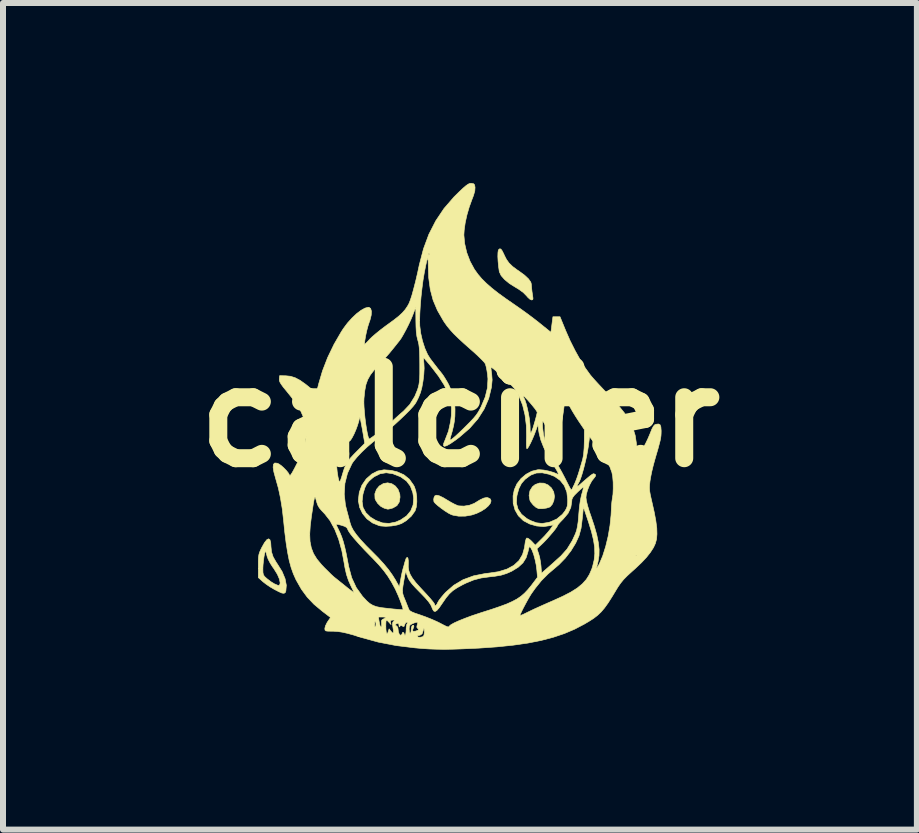
<source format=kicad_pcb>
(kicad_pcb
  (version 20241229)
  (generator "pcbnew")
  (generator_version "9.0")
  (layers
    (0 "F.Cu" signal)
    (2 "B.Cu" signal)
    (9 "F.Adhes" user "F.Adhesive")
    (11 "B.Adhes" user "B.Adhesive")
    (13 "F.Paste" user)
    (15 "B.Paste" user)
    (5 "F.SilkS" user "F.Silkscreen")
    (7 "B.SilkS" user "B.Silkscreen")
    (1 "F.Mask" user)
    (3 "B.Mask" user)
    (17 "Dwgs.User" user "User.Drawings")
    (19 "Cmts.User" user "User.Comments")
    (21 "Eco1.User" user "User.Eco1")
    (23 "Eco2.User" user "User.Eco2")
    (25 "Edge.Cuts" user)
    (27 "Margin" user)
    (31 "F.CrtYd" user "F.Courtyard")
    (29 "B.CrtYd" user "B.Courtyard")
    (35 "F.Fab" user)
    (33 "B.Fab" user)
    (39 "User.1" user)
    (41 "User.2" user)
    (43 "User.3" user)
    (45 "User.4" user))
  (footprint "calcifer"
    (layer "F.Cu")
    (at 4.616 3.897)
    (property "Reference" "calcifer" (at 0 0 0) (layer "F.SilkS") (effects (font (size 1.524 1.524) (thickness 0.3))))
    (attr through_hole)
    (fp_poly (pts (xy 1.4 1.106) (xy 1.468 1.135) (xy 1.524 1.185) (xy 1.562 1.251) (xy 1.575 1.326) (xy 1.565 1.394) (xy 1.54 1.455) (xy 1.505 1.497) (xy 1.494 1.504) (xy 1.445 1.52) (xy 1.381 1.53) (xy 1.323 1.531) (xy 1.309 1.529) (xy 1.267 1.509) (xy 1.221 1.469) (xy 1.182 1.421) (xy 1.166 1.392) (xy 1.152 1.311) (xy 1.166 1.232) (xy 1.208 1.165) (xy 1.254 1.128) (xy 1.326 1.103) (xy 1.4 1.106)) (stroke (width 0.01) (type solid)) (fill yes) (layer "F.SilkS"))
    (fp_poly (pts (xy -1.136 1.115) (xy -1.076 1.154) (xy -1.03 1.213) (xy -1.003 1.29) (xy -0.999 1.338) (xy -1.012 1.42) (xy -1.051 1.48) (xy -1.116 1.518) (xy -1.131 1.523) (xy -1.173 1.534) (xy -1.2 1.539) (xy -1.202 1.539) (xy -1.223 1.534) (xy -1.261 1.523) (xy -1.264 1.522) (xy -1.319 1.493) (xy -1.371 1.443) (xy -1.408 1.384) (xy -1.416 1.362) (xy -1.419 1.283) (xy -1.391 1.208) (xy -1.345 1.153) (xy -1.277 1.112) (xy -1.205 1.1) (xy -1.136 1.115)) (stroke (width 0.01) (type solid)) (fill yes) (layer "F.SilkS"))
    (fp_poly (pts (xy -0.345 1.316) (xy -0.28 1.347) (xy -0.212 1.388) (xy -0.146 1.427) (xy -0.083 1.46) (xy -0.035 1.48) (xy -0.021 1.484) (xy 0.067 1.488) (xy 0.159 1.473) (xy 0.239 1.442) (xy 0.253 1.433) (xy 0.335 1.383) (xy 0.397 1.354) (xy 0.443 1.345) (xy 0.464 1.347) (xy 0.505 1.368) (xy 0.518 1.4) (xy 0.507 1.439) (xy 0.474 1.483) (xy 0.423 1.528) (xy 0.356 1.571) (xy 0.278 1.609) (xy 0.197 1.636) (xy 0.089 1.655) (xy -0.02 1.656) (xy -0.116 1.639) (xy -0.146 1.629) (xy -0.193 1.605) (xy -0.251 1.568) (xy -0.312 1.525) (xy -0.368 1.481) (xy -0.411 1.443) (xy -0.434 1.415) (xy -0.434 1.413) (xy -0.438 1.378) (xy -0.433 1.346) (xy -0.418 1.316) (xy -0.389 1.306) (xy -0.345 1.316)) (stroke (width 0.01) (type solid)) (fill yes) (layer "F.SilkS"))
    (fp_poly (pts (xy 0.682 -2.796) (xy 0.704 -2.766) (xy 0.733 -2.708) (xy 0.738 -2.695) (xy 0.775 -2.623) (xy 0.818 -2.563) (xy 0.875 -2.507) (xy 0.953 -2.449) (xy 0.986 -2.427) (xy 1.077 -2.36) (xy 1.142 -2.299) (xy 1.18 -2.245) (xy 1.188 -2.217) (xy 1.192 -2.175) (xy 1.195 -2.138) (xy 1.2 -2.091) (xy 1.209 -2.032) (xy 1.211 -2.019) (xy 1.217 -1.974) (xy 1.213 -1.953) (xy 1.196 -1.948) (xy 1.192 -1.948) (xy 1.164 -1.961) (xy 1.128 -1.994) (xy 1.109 -2.017) (xy 1.054 -2.073) (xy 0.971 -2.132) (xy 0.932 -2.155) (xy 0.827 -2.22) (xy 0.744 -2.288) (xy 0.686 -2.354) (xy 0.657 -2.416) (xy 0.655 -2.423) (xy 0.643 -2.509) (xy 0.635 -2.595) (xy 0.631 -2.674) (xy 0.633 -2.737) (xy 0.639 -2.777) (xy 0.643 -2.785) (xy 0.663 -2.801) (xy 0.682 -2.796)) (stroke (width 0.01) (type solid)) (fill yes) (layer "F.SilkS"))
    (fp_poly (pts (xy -3.167 2.049) (xy -3.154 2.098) (xy -3.15 2.164) (xy -3.141 2.251) (xy -3.114 2.334) (xy -3.064 2.422) (xy -3.041 2.456) (xy -2.964 2.58) (xy -2.915 2.698) (xy -2.894 2.807) (xy -2.902 2.903) (xy -2.913 2.93) (xy -2.933 2.941) (xy -2.967 2.937) (xy -3.018 2.915) (xy -3.092 2.877) (xy -3.162 2.836) (xy -3.231 2.789) (xy -3.285 2.747) (xy -3.286 2.746) (xy -3.361 2.679) (xy -3.361 2.533) (xy -3.285 2.533) (xy -3.284 2.592) (xy -3.277 2.63) (xy -3.259 2.659) (xy -3.224 2.691) (xy -3.216 2.698) (xy -3.154 2.746) (xy -3.092 2.784) (xy -3.04 2.806) (xy -3.018 2.811) (xy -3.003 2.796) (xy -2.997 2.768) (xy -3.009 2.704) (xy -3.043 2.625) (xy -3.103 2.528) (xy -3.123 2.501) (xy -3.163 2.438) (xy -3.196 2.375) (xy -3.215 2.324) (xy -3.215 2.322) (xy -3.227 2.276) (xy -3.236 2.246) (xy -3.239 2.242) (xy -3.247 2.25) (xy -3.257 2.285) (xy -3.267 2.337) (xy -3.275 2.4) (xy -3.282 2.465) (xy -3.285 2.524) (xy -3.285 2.533) (xy -3.361 2.533) (xy -3.361 2.486) (xy -3.361 2.402) (xy -3.358 2.341) (xy -3.351 2.295) (xy -3.339 2.255) (xy -3.319 2.21) (xy -3.302 2.176) (xy -3.257 2.096) (xy -3.219 2.048) (xy -3.189 2.033) (xy -3.167 2.049)) (stroke (width 0.01) (type solid)) (fill yes) (layer "F.SilkS"))
    (fp_poly (pts (xy -1.148 0.892) (xy -1.048 0.916) (xy -0.936 0.965) (xy -0.845 1.038) (xy -0.774 1.138) (xy -0.759 1.166) (xy -0.735 1.239) (xy -0.721 1.327) (xy -0.719 1.419) (xy -0.728 1.504) (xy -0.749 1.569) (xy -0.75 1.57) (xy -0.811 1.655) (xy -0.895 1.73) (xy -0.974 1.778) (xy -1.048 1.803) (xy -1.14 1.819) (xy -1.236 1.825) (xy -1.321 1.819) (xy -1.346 1.814) (xy -1.457 1.769) (xy -1.551 1.7) (xy -1.624 1.611) (xy -1.673 1.508) (xy -1.691 1.41) (xy -1.631 1.41) (xy -1.616 1.51) (xy -1.569 1.597) (xy -1.492 1.672) (xy -1.401 1.727) (xy -1.291 1.768) (xy -1.182 1.776) (xy -1.069 1.753) (xy -0.988 1.718) (xy -0.89 1.651) (xy -0.821 1.568) (xy -0.781 1.468) (xy -0.772 1.356) (xy -0.786 1.264) (xy -0.826 1.156) (xy -0.891 1.07) (xy -0.984 1.003) (xy -1 0.995) (xy -1.12 0.948) (xy -1.23 0.932) (xy -1.332 0.949) (xy -1.428 0.997) (xy -1.455 1.017) (xy -1.514 1.069) (xy -1.556 1.121) (xy -1.586 1.184) (xy -1.611 1.267) (xy -1.618 1.294) (xy -1.631 1.41) (xy -1.691 1.41) (xy -1.693 1.396) (xy -1.693 1.382) (xy -1.678 1.257) (xy -1.634 1.139) (xy -1.565 1.039) (xy -1.56 1.033) (xy -1.469 0.953) (xy -1.372 0.903) (xy -1.267 0.883) (xy -1.148 0.892)) (stroke (width 0.01) (type solid)) (fill yes) (layer "F.SilkS"))
    (fp_poly (pts (xy 0.193 -3.891) (xy 0.228 -3.884) (xy 0.244 -3.865) (xy 0.251 -3.823) (xy 0.251 -3.821) (xy 0.247 -3.764) (xy 0.225 -3.688) (xy 0.197 -3.615) (xy 0.154 -3.496) (xy 0.116 -3.365) (xy 0.087 -3.233) (xy 0.07 -3.111) (xy 0.065 -3.031) (xy 0.078 -2.888) (xy 0.113 -2.737) (xy 0.169 -2.59) (xy 0.24 -2.459) (xy 0.245 -2.452) (xy 0.302 -2.373) (xy 0.366 -2.298) (xy 0.441 -2.224) (xy 0.53 -2.146) (xy 0.638 -2.061) (xy 0.768 -1.967) (xy 0.914 -1.866) (xy 1.012 -1.798) (xy 1.119 -1.721) (xy 1.223 -1.643) (xy 1.313 -1.573) (xy 1.329 -1.56) (xy 1.516 -1.409) (xy 1.532 -1.538) (xy 1.549 -1.668) (xy 1.667 -1.668) (xy 1.763 -1.434) (xy 1.836 -1.268) (xy 1.918 -1.105) (xy 2.003 -0.952) (xy 2.088 -0.815) (xy 2.17 -0.701) (xy 2.194 -0.672) (xy 2.243 -0.616) (xy 2.309 -0.544) (xy 2.384 -0.464) (xy 2.462 -0.382) (xy 2.496 -0.347) (xy 2.631 -0.201) (xy 2.739 -0.067) (xy 2.822 0.06) (xy 2.881 0.184) (xy 2.92 0.309) (xy 2.94 0.439) (xy 2.943 0.479) (xy 2.948 0.556) (xy 2.956 0.61) (xy 2.964 0.637) (xy 2.968 0.639) (xy 2.989 0.62) (xy 3.019 0.576) (xy 3.056 0.514) (xy 3.095 0.442) (xy 3.132 0.365) (xy 3.164 0.29) (xy 3.17 0.275) (xy 3.199 0.203) (xy 3.223 0.158) (xy 3.245 0.133) (xy 3.263 0.125) (xy 3.307 0.119) (xy 3.334 0.131) (xy 3.348 0.167) (xy 3.353 0.231) (xy 3.353 0.241) (xy 3.352 0.28) (xy 3.35 0.315) (xy 3.345 0.353) (xy 3.336 0.398) (xy 3.321 0.455) (xy 3.301 0.531) (xy 3.272 0.629) (xy 3.245 0.723) (xy 3.219 0.819) (xy 3.195 0.919) (xy 3.177 1.01) (xy 3.167 1.071) (xy 3.16 1.134) (xy 3.158 1.185) (xy 3.161 1.235) (xy 3.171 1.294) (xy 3.188 1.371) (xy 3.198 1.414) (xy 3.237 1.587) (xy 3.264 1.732) (xy 3.28 1.853) (xy 3.283 1.954) (xy 3.276 2.039) (xy 3.256 2.112) (xy 3.226 2.177) (xy 3.225 2.179) (xy 3.172 2.261) (xy 3.107 2.343) (xy 3.025 2.43) (xy 2.922 2.528) (xy 2.87 2.574) (xy 2.789 2.648) (xy 2.727 2.711) (xy 2.678 2.771) (xy 2.632 2.838) (xy 2.61 2.874) (xy 2.533 3.001) (xy 2.468 3.103) (xy 2.409 3.185) (xy 2.352 3.252) (xy 2.293 3.308) (xy 2.227 3.359) (xy 2.149 3.409) (xy 2.071 3.455) (xy 1.911 3.539) (xy 1.739 3.612) (xy 1.554 3.674) (xy 1.352 3.727) (xy 1.13 3.771) (xy 0.885 3.806) (xy 0.614 3.834) (xy 0.313 3.855) (xy 0.203 3.86) (xy 0.023 3.868) (xy -0.13 3.873) (xy -0.265 3.875) (xy -0.388 3.873) (xy -0.508 3.869) (xy -0.63 3.861) (xy -0.754 3.85) (xy -1.065 3.812) (xy -1.364 3.754) (xy -1.641 3.678) (xy -1.648 3.676) (xy -1.707 3.658) (xy -0.711 3.658) (xy -0.697 3.671) (xy -0.663 3.674) (xy -0.622 3.665) (xy -0.619 3.664) (xy -0.6 3.641) (xy -0.593 3.589) (xy -0.593 3.585) (xy -0.595 3.541) (xy -0.601 3.526) (xy -0.609 3.542) (xy -0.614 3.565) (xy -0.632 3.617) (xy -0.665 3.639) (xy -0.678 3.641) (xy -0.705 3.648) (xy -0.711 3.658) (xy -1.707 3.658) (xy -1.775 3.636) (xy -1.877 3.608) (xy -1.962 3.589) (xy -2.037 3.578) (xy -2.109 3.573) (xy -2.143 3.573) (xy -2.202 3.572) (xy -2.234 3.568) (xy -2.248 3.557) (xy -2.252 3.537) (xy -2.252 3.526) (xy -2.242 3.484) (xy -2.225 3.45) (xy -1.422 3.45) (xy -1.42 3.492) (xy -1.413 3.503) (xy -1.403 3.482) (xy -1.401 3.473) (xy -1.401 3.435) (xy -1.407 3.418) (xy -1.418 3.413) (xy -1.422 3.44) (xy -1.422 3.45) (xy -2.225 3.45) (xy -2.217 3.433) (xy -2.204 3.412) (xy -2.157 3.344) (xy -2.168 3.336) (xy -1.359 3.336) (xy -1.348 3.406) (xy -1.339 3.453) (xy -1.33 3.486) (xy -1.328 3.491) (xy -1.312 3.505) (xy -1.306 3.49) (xy -1.236 3.49) (xy -1.234 3.542) (xy -1.229 3.584) (xy -1.225 3.6) (xy -1.215 3.616) (xy -1.205 3.605) (xy -1.197 3.582) (xy -1.181 3.534) (xy -1.15 3.574) (xy -1.124 3.602) (xy -1.11 3.6) (xy -1.108 3.566) (xy -1.117 3.512) (xy -1.123 3.468) (xy -1.082 3.468) (xy -1.066 3.479) (xy -1.062 3.481) (xy -1.038 3.505) (xy -1.033 3.528) (xy -1.026 3.586) (xy -1.01 3.626) (xy -0.989 3.641) (xy -0.968 3.627) (xy -0.965 3.615) (xy -0.956 3.593) (xy -0.948 3.59) (xy -0.933 3.604) (xy -0.931 3.615) (xy -0.922 3.638) (xy -0.914 3.641) (xy -0.905 3.625) (xy -0.899 3.586) (xy -0.897 3.551) (xy -0.897 3.538) (xy -0.847 3.538) (xy -0.843 3.581) (xy -0.834 3.605) (xy -0.83 3.607) (xy -0.818 3.592) (xy -0.813 3.555) (xy -0.813 3.549) (xy -0.808 3.506) (xy -0.796 3.48) (xy -0.795 3.479) (xy -0.772 3.474) (xy -0.768 3.493) (xy -0.778 3.521) (xy -0.791 3.559) (xy -0.777 3.576) (xy -0.738 3.571) (xy -0.727 3.567) (xy -0.695 3.553) (xy -0.69 3.54) (xy -0.702 3.529) (xy -0.72 3.506) (xy -0.714 3.472) (xy -0.712 3.465) (xy -0.704 3.434) (xy -0.713 3.422) (xy -0.743 3.428) (xy -0.788 3.445) (xy -0.826 3.465) (xy -0.843 3.489) (xy -0.847 3.533) (xy -0.847 3.538) (xy -0.897 3.538) (xy -0.894 3.496) (xy -0.885 3.454) (xy -0.877 3.441) (xy -0.867 3.424) (xy -0.884 3.421) (xy -0.907 3.435) (xy -0.922 3.464) (xy -0.933 3.494) (xy -0.948 3.494) (xy -0.959 3.487) (xy -0.983 3.474) (xy -1 3.489) (xy -1 3.489) (xy -1.012 3.501) (xy -1.016 3.482) (xy -1.016 3.476) (xy -1.022 3.444) (xy -1.042 3.441) (xy -1.066 3.454) (xy -1.082 3.468) (xy -1.123 3.468) (xy -1.125 3.46) (xy -1.122 3.429) (xy -1.108 3.41) (xy -1.105 3.408) (xy -1.089 3.393) (xy -1.101 3.387) (xy -1.121 3.387) (xy -1.153 3.392) (xy -1.159 3.412) (xy -1.157 3.425) (xy -1.149 3.463) (xy -1.183 3.425) (xy -1.209 3.398) (xy -1.226 3.387) (xy -1.232 3.402) (xy -1.235 3.44) (xy -1.236 3.49) (xy -1.306 3.49) (xy -1.305 3.489) (xy -1.307 3.444) (xy -1.309 3.401) (xy -1.296 3.379) (xy -1.275 3.369) (xy -1.242 3.352) (xy -1.243 3.341) (xy -1.276 3.336) (xy -1.298 3.336) (xy -1.359 3.336) (xy -2.168 3.336) (xy -2.294 3.24) (xy -2.433 3.124) (xy -2.546 3.005) (xy -2.643 2.873) (xy -2.731 2.718) (xy -2.735 2.71) (xy -2.777 2.616) (xy -2.814 2.512) (xy -2.846 2.394) (xy -2.873 2.258) (xy -2.898 2.1) (xy -2.916 1.954) (xy -2.504 1.954) (xy -2.499 2.076) (xy -2.478 2.183) (xy -2.441 2.279) (xy -2.385 2.37) (xy -2.309 2.462) (xy -2.259 2.515) (xy -2.201 2.572) (xy -2.15 2.623) (xy -2.11 2.66) (xy -2.091 2.676) (xy -2.062 2.699) (xy -2.016 2.736) (xy -1.962 2.779) (xy -1.953 2.786) (xy -1.869 2.854) (xy -1.809 2.9) (xy -1.775 2.925) (xy -1.767 2.929) (xy -1.772 2.916) (xy -1.788 2.879) (xy -1.813 2.828) (xy -1.814 2.826) (xy -1.859 2.725) (xy -1.892 2.626) (xy -1.917 2.514) (xy -1.93 2.438) (xy -1.969 2.23) (xy -2.022 2.04) (xy -2.088 1.873) (xy -2.134 1.789) (xy -2.066 1.789) (xy -2.059 1.807) (xy -2.041 1.844) (xy -2.032 1.863) (xy -2 1.93) (xy -1.972 1.998) (xy -1.947 2.073) (xy -1.923 2.161) (xy -1.899 2.267) (xy -1.873 2.398) (xy -1.854 2.498) (xy -1.805 2.681) (xy -1.729 2.845) (xy -1.624 2.992) (xy -1.551 3.07) (xy -1.502 3.112) (xy -1.451 3.142) (xy -1.391 3.164) (xy -1.312 3.18) (xy -1.208 3.192) (xy -1.202 3.193) (xy -1.105 3.203) (xy -1.036 3.209) (xy -0.991 3.213) (xy -0.965 3.215) (xy -0.953 3.215) (xy -0.949 3.213) (xy -0.948 3.211) (xy -0.955 3.18) (xy -0.972 3.127) (xy -0.997 3.06) (xy -1.026 2.987) (xy -1.057 2.917) (xy -1.057 2.916) (xy -0.958 2.916) (xy -0.952 2.951) (xy -0.942 2.986) (xy -0.925 3.027) (xy -0.922 3.034) (xy -0.896 3.098) (xy -0.873 3.156) (xy -0.859 3.192) (xy -0.848 3.216) (xy -0.831 3.234) (xy -0.8 3.252) (xy -0.751 3.272) (xy -0.676 3.297) (xy -0.662 3.302) (xy -0.57 3.335) (xy -0.472 3.374) (xy -0.384 3.413) (xy -0.347 3.431) (xy -0.278 3.467) (xy -0.232 3.49) (xy -0.205 3.5) (xy -0.19 3.501) (xy -0.181 3.494) (xy -0.178 3.488) (xy -0.15 3.464) (xy -0.094 3.433) (xy -0.014 3.397) (xy 0.086 3.357) (xy 0.201 3.314) (xy 0.214 3.31) (xy 0.999 3.31) (xy 1.012 3.309) (xy 1.046 3.296) (xy 1.063 3.288) (xy 1.112 3.264) (xy 1.176 3.233) (xy 1.236 3.204) (xy 1.296 3.177) (xy 1.376 3.141) (xy 1.466 3.101) (xy 1.549 3.065) (xy 1.712 2.991) (xy 1.846 2.922) (xy 1.954 2.854) (xy 2.039 2.784) (xy 2.106 2.71) (xy 2.157 2.628) (xy 2.197 2.535) (xy 2.211 2.491) (xy 2.236 2.387) (xy 2.247 2.283) (xy 2.244 2.172) (xy 2.225 2.051) (xy 2.191 1.911) (xy 2.141 1.749) (xy 2.137 1.738) (xy 2.057 1.5) (xy 2.045 1.635) (xy 2.036 1.715) (xy 2.026 1.797) (xy 2.017 1.863) (xy 2.016 1.864) (xy 1.984 1.982) (xy 1.927 2.107) (xy 1.849 2.234) (xy 1.755 2.355) (xy 1.65 2.463) (xy 1.601 2.505) (xy 1.469 2.617) (xy 1.356 2.731) (xy 1.253 2.859) (xy 1.189 2.949) (xy 1.163 2.991) (xy 1.13 3.048) (xy 1.094 3.114) (xy 1.059 3.18) (xy 1.029 3.24) (xy 1.008 3.285) (xy 0.999 3.309) (xy 0.999 3.31) (xy 0.214 3.31) (xy 0.328 3.272) (xy 0.358 3.262) (xy 0.525 3.209) (xy 0.663 3.162) (xy 0.777 3.12) (xy 0.871 3.078) (xy 0.95 3.036) (xy 1.016 2.991) (xy 1.075 2.94) (xy 1.131 2.881) (xy 1.188 2.812) (xy 1.218 2.772) (xy 1.292 2.674) (xy 1.281 2.551) (xy 1.27 2.467) (xy 1.251 2.378) (xy 1.228 2.293) (xy 1.202 2.224) (xy 1.189 2.199) (xy 1.283 2.199) (xy 1.311 2.281) (xy 1.328 2.341) (xy 1.342 2.418) (xy 1.35 2.484) (xy 1.359 2.606) (xy 1.479 2.501) (xy 1.545 2.443) (xy 1.613 2.381) (xy 1.672 2.328) (xy 1.684 2.317) (xy 1.784 2.205) (xy 1.871 2.064) (xy 1.924 1.949) (xy 1.944 1.892) (xy 1.958 1.827) (xy 1.97 1.746) (xy 1.979 1.641) (xy 1.98 1.623) (xy 1.991 1.498) (xy 2.007 1.389) (xy 2.025 1.304) (xy 2.03 1.288) (xy 2.046 1.232) (xy 2.056 1.19) (xy 2.058 1.172) (xy 2.058 1.172) (xy 2.044 1.18) (xy 2.012 1.206) (xy 1.968 1.246) (xy 1.957 1.257) (xy 1.907 1.307) (xy 1.879 1.345) (xy 1.865 1.377) (xy 1.863 1.409) (xy 1.847 1.511) (xy 1.801 1.608) (xy 1.721 1.703) (xy 1.718 1.706) (xy 1.674 1.751) (xy 1.641 1.788) (xy 1.626 1.81) (xy 1.626 1.812) (xy 1.615 1.834) (xy 1.586 1.875) (xy 1.544 1.927) (xy 1.493 1.986) (xy 1.441 2.045) (xy 1.39 2.098) (xy 1.367 2.12) (xy 1.283 2.199) (xy 1.189 2.199) (xy 1.178 2.179) (xy 1.164 2.165) (xy 1.154 2.17) (xy 1.145 2.198) (xy 1.134 2.247) (xy 1.102 2.349) (xy 1.049 2.434) (xy 0.971 2.506) (xy 0.864 2.572) (xy 0.864 2.572) (xy 0.776 2.611) (xy 0.686 2.639) (xy 0.582 2.657) (xy 0.491 2.667) (xy 0.352 2.686) (xy 0.227 2.719) (xy 0.1 2.771) (xy 0.043 2.799) (xy -0.048 2.849) (xy -0.118 2.896) (xy -0.176 2.949) (xy -0.231 3.015) (xy -0.291 3.102) (xy -0.296 3.109) (xy -0.347 3.183) (xy -0.386 3.228) (xy -0.416 3.245) (xy -0.439 3.235) (xy -0.46 3.199) (xy -0.47 3.171) (xy -0.489 3.13) (xy -0.525 3.079) (xy -0.579 3.016) (xy -0.656 2.936) (xy -0.669 2.923) (xy -0.744 2.846) (xy -0.798 2.786) (xy -0.835 2.737) (xy -0.861 2.694) (xy -0.875 2.659) (xy -0.906 2.572) (xy -0.918 2.636) (xy -0.937 2.74) (xy -0.95 2.817) (xy -0.957 2.873) (xy -0.958 2.916) (xy -1.057 2.916) (xy -1.081 2.865) (xy -1.141 2.754) (xy -1.202 2.656) (xy -1.27 2.563) (xy -1.351 2.467) (xy -1.451 2.361) (xy -1.476 2.336) (xy -1.59 2.219) (xy -1.687 2.114) (xy -1.766 2.025) (xy -1.825 1.952) (xy -1.861 1.898) (xy -1.872 1.873) (xy -1.887 1.846) (xy -1.92 1.826) (xy -1.974 1.808) (xy -2.024 1.795) (xy -2.057 1.789) (xy -2.066 1.789) (xy -2.134 1.789) (xy -2.165 1.731) (xy -2.253 1.618) (xy -2.257 1.614) (xy -2.31 1.558) (xy -2.345 1.516) (xy -2.367 1.478) (xy -2.383 1.436) (xy -2.396 1.39) (xy -2.405 1.359) (xy -2.412 1.34) (xy -2.418 1.337) (xy -2.425 1.352) (xy -2.433 1.388) (xy -2.444 1.448) (xy -2.457 1.536) (xy -2.473 1.641) (xy -2.495 1.811) (xy -2.504 1.954) (xy -2.916 1.954) (xy -2.921 1.915) (xy -2.938 1.746) (xy -2.961 1.539) (xy -2.991 1.356) (xy -3.005 1.288) (xy -1.929 1.288) (xy -1.909 1.469) (xy -1.891 1.543) (xy -1.87 1.62) (xy -1.85 1.696) (xy -1.834 1.756) (xy -1.832 1.765) (xy -1.811 1.827) (xy -1.777 1.892) (xy -1.726 1.964) (xy -1.657 2.047) (xy -1.566 2.145) (xy -1.484 2.227) (xy -1.366 2.346) (xy -1.27 2.451) (xy -1.192 2.545) (xy -1.127 2.636) (xy -1.07 2.727) (xy -1.067 2.734) (xy -1.01 2.835) (xy -0.989 2.715) (xy -0.976 2.645) (xy -0.962 2.581) (xy -0.951 2.538) (xy -0.935 2.483) (xy -0.918 2.42) (xy -0.914 2.408) (xy -0.897 2.358) (xy -0.88 2.341) (xy -0.867 2.355) (xy -0.861 2.398) (xy -0.861 2.436) (xy -0.862 2.505) (xy -0.852 2.566) (xy -0.83 2.626) (xy -0.793 2.689) (xy -0.737 2.762) (xy -0.66 2.848) (xy -0.617 2.894) (xy -0.553 2.963) (xy -0.497 3.026) (xy -0.454 3.077) (xy -0.429 3.112) (xy -0.423 3.124) (xy -0.417 3.148) (xy -0.401 3.144) (xy -0.38 3.115) (xy -0.371 3.095) (xy -0.35 3.059) (xy -0.311 3.008) (xy -0.262 2.95) (xy -0.239 2.925) (xy -0.104 2.807) (xy 0.051 2.715) (xy 0.227 2.65) (xy 0.424 2.611) (xy 0.472 2.606) (xy 0.642 2.581) (xy 0.784 2.537) (xy 0.898 2.475) (xy 0.984 2.395) (xy 1.043 2.295) (xy 1.076 2.177) (xy 1.079 2.152) (xy 1.089 2.081) (xy 1.102 2.035) (xy 1.114 2.019) (xy 1.137 2.026) (xy 1.173 2.053) (xy 1.196 2.075) (xy 1.256 2.139) (xy 1.357 2.039) (xy 1.413 1.982) (xy 1.465 1.923) (xy 1.505 1.874) (xy 1.509 1.868) (xy 1.558 1.797) (xy 1.503 1.813) (xy 1.394 1.829) (xy 1.277 1.819) (xy 1.162 1.786) (xy 1.061 1.733) (xy 1.054 1.728) (xy 0.973 1.649) (xy 0.917 1.551) (xy 0.887 1.44) (xy 0.941 1.44) (xy 0.968 1.538) (xy 1.025 1.623) (xy 1.113 1.695) (xy 1.176 1.729) (xy 1.275 1.766) (xy 1.369 1.777) (xy 1.47 1.761) (xy 1.5 1.753) (xy 1.613 1.703) (xy 1.706 1.626) (xy 1.748 1.572) (xy 1.774 1.528) (xy 1.788 1.487) (xy 1.794 1.433) (xy 1.795 1.381) (xy 1.781 1.254) (xy 1.739 1.147) (xy 1.67 1.059) (xy 1.575 0.992) (xy 1.484 0.957) (xy 1.372 0.933) (xy 1.276 0.936) (xy 1.192 0.966) (xy 1.167 0.98) (xy 1.084 1.042) (xy 1.024 1.111) (xy 0.982 1.195) (xy 0.952 1.302) (xy 0.947 1.33) (xy 0.941 1.44) (xy 0.887 1.44) (xy 0.887 1.439) (xy 0.885 1.317) (xy 0.905 1.216) (xy 0.949 1.117) (xy 1.017 1.029) (xy 1.102 0.957) (xy 1.197 0.906) (xy 1.296 0.882) (xy 1.321 0.881) (xy 1.396 0.887) (xy 1.48 0.904) (xy 1.559 0.927) (xy 1.605 0.946) (xy 1.629 0.957) (xy 1.639 0.953) (xy 1.633 0.931) (xy 1.611 0.889) (xy 1.571 0.823) (xy 1.553 0.794) (xy 1.463 0.642) (xy 1.395 0.508) (xy 1.348 0.388) (xy 1.319 0.275) (xy 1.311 0.226) (xy 1.299 0.127) (xy 1.268 0.218) (xy 1.24 0.293) (xy 1.209 0.367) (xy 1.178 0.434) (xy 1.15 0.488) (xy 1.128 0.523) (xy 1.115 0.532) (xy 1.11 0.512) (xy 1.107 0.466) (xy 1.107 0.4) (xy 1.109 0.33) (xy 1.106 0.146) (xy 1.084 -0.031) (xy 1.044 -0.195) (xy 0.986 -0.341) (xy 0.982 -0.349) (xy 1.054 -0.349) (xy 1.056 -0.33) (xy 1.065 -0.316) (xy 1.083 -0.28) (xy 1.103 -0.219) (xy 1.123 -0.141) (xy 1.142 -0.053) (xy 1.157 0.034) (xy 1.166 0.115) (xy 1.169 0.167) (xy 1.17 0.229) (xy 1.175 0.263) (xy 1.183 0.268) (xy 1.196 0.243) (xy 1.216 0.188) (xy 1.241 0.105) (xy 1.374 0.105) (xy 1.376 0.155) (xy 1.378 0.187) (xy 1.393 0.302) (xy 1.422 0.413) (xy 1.468 0.526) (xy 1.534 0.65) (xy 1.599 0.754) (xy 1.646 0.831) (xy 1.699 0.925) (xy 1.748 1.018) (xy 1.766 1.054) (xy 1.8 1.121) (xy 1.828 1.175) (xy 1.848 1.21) (xy 1.856 1.219) (xy 1.867 1.205) (xy 1.886 1.168) (xy 1.888 1.164) (xy 1.951 1.164) (xy 1.958 1.164) (xy 1.984 1.142) (xy 2.067 1.069) (xy 2.128 1.017) (xy 2.171 0.981) (xy 2.201 0.96) (xy 2.219 0.95) (xy 2.228 0.948) (xy 2.256 0.959) (xy 2.26 0.985) (xy 2.237 1.018) (xy 2.236 1.019) (xy 2.196 1.069) (xy 2.158 1.14) (xy 2.126 1.22) (xy 2.105 1.296) (xy 2.1 1.344) (xy 2.107 1.4) (xy 2.127 1.482) (xy 2.158 1.584) (xy 2.177 1.637) (xy 2.236 1.813) (xy 2.279 1.964) (xy 2.306 2.095) (xy 2.319 2.21) (xy 2.317 2.313) (xy 2.302 2.409) (xy 2.296 2.434) (xy 2.284 2.483) (xy 2.278 2.515) (xy 2.279 2.523) (xy 2.289 2.509) (xy 2.31 2.474) (xy 2.326 2.443) (xy 2.381 2.313) (xy 2.381 2.311) (xy 2.929 2.311) (xy 2.938 2.32) (xy 2.946 2.311) (xy 2.938 2.303) (xy 2.929 2.311) (xy 2.381 2.311) (xy 2.429 2.159) (xy 2.47 1.989) (xy 2.5 1.812) (xy 2.518 1.638) (xy 2.522 1.559) (xy 2.525 1.487) (xy 2.531 1.42) (xy 2.538 1.371) (xy 2.538 1.37) (xy 2.55 1.291) (xy 2.554 1.193) (xy 2.553 1.09) (xy 2.545 0.995) (xy 2.532 0.927) (xy 2.499 0.836) (xy 2.445 0.73) (xy 2.367 0.608) (xy 2.268 0.472) (xy 2.16 0.331) (xy 2.141 0.483) (xy 2.127 0.57) (xy 2.108 0.668) (xy 2.084 0.77) (xy 2.059 0.87) (xy 2.033 0.96) (xy 2.009 1.033) (xy 1.988 1.082) (xy 1.982 1.092) (xy 1.966 1.122) (xy 1.957 1.143) (xy 1.951 1.164) (xy 1.888 1.164) (xy 1.908 1.122) (xy 1.929 1.072) (xy 1.949 1.019) (xy 1.971 0.955) (xy 1.996 0.874) (xy 2.027 0.769) (xy 2.044 0.711) (xy 2.06 0.63) (xy 2.069 0.519) (xy 2.072 0.415) (xy 2.073 0.212) (xy 1.981 0.076) (xy 1.929 -0.004) (xy 1.874 -0.094) (xy 1.827 -0.177) (xy 1.818 -0.194) (xy 1.748 -0.328) (xy 1.737 -0.194) (xy 1.729 -0.127) (xy 1.716 -0.038) (xy 1.7 0.064) (xy 1.681 0.167) (xy 1.675 0.195) (xy 1.655 0.295) (xy 1.64 0.367) (xy 1.629 0.418) (xy 1.621 0.453) (xy 1.614 0.478) (xy 1.607 0.499) (xy 1.598 0.521) (xy 1.597 0.524) (xy 1.58 0.565) (xy 1.568 0.515) (xy 1.553 0.467) (xy 1.53 0.401) (xy 1.501 0.326) (xy 1.47 0.25) (xy 1.44 0.18) (xy 1.415 0.125) (xy 1.397 0.094) (xy 1.396 0.092) (xy 1.383 0.078) (xy 1.376 0.081) (xy 1.374 0.105) (xy 1.241 0.105) (xy 1.242 0.1) (xy 1.244 0.094) (xy 1.263 0.026) (xy 1.278 -0.031) (xy 1.286 -0.068) (xy 1.287 -0.076) (xy 1.277 -0.096) (xy 1.251 -0.134) (xy 1.213 -0.181) (xy 1.17 -0.233) (xy 1.128 -0.281) (xy 1.09 -0.321) (xy 1.064 -0.345) (xy 1.054 -0.349) (xy 0.982 -0.349) (xy 0.913 -0.463) (xy 0.902 -0.478) (xy 0.871 -0.512) (xy 0.825 -0.558) (xy 0.77 -0.612) (xy 0.71 -0.668) (xy 0.65 -0.722) (xy 0.596 -0.769) (xy 0.552 -0.805) (xy 0.524 -0.825) (xy 0.517 -0.827) (xy 0.517 -0.809) (xy 0.521 -0.767) (xy 0.528 -0.72) (xy 0.536 -0.615) (xy 0.525 -0.498) (xy 0.524 -0.491) (xy 0.479 -0.305) (xy 0.403 -0.13) (xy 0.297 0.036) (xy 0.159 0.193) (xy -0.012 0.341) (xy -0.076 0.389) (xy -0.16 0.447) (xy -0.221 0.481) (xy -0.259 0.492) (xy -0.276 0.479) (xy -0.271 0.442) (xy -0.246 0.381) (xy -0.245 0.378) (xy -0.191 0.237) (xy -0.156 0.076) (xy -0.144 -0.022) (xy -0.141 -0.151) (xy -0.16 -0.276) (xy -0.201 -0.403) (xy -0.266 -0.535) (xy -0.357 -0.677) (xy -0.464 -0.817) (xy -0.515 -0.88) (xy -0.558 -0.931) (xy -0.589 -0.967) (xy -0.604 -0.982) (xy -0.604 -0.982) (xy -0.607 -0.967) (xy -0.605 -0.928) (xy -0.601 -0.892) (xy -0.597 -0.809) (xy -0.603 -0.706) (xy -0.616 -0.596) (xy -0.635 -0.49) (xy -0.659 -0.401) (xy -0.661 -0.398) (xy -0.689 -0.327) (xy -0.725 -0.254) (xy -0.746 -0.219) (xy -0.782 -0.173) (xy -0.839 -0.11) (xy -0.913 -0.036) (xy -0.998 0.045) (xy -1.088 0.128) (xy -1.179 0.207) (xy -1.266 0.279) (xy -1.342 0.338) (xy -1.359 0.35) (xy -1.452 0.421) (xy -1.547 0.502) (xy -1.637 0.587) (xy -1.715 0.67) (xy -1.776 0.744) (xy -1.801 0.782) (xy -1.875 0.941) (xy -1.918 1.111) (xy -1.929 1.288) (xy -3.005 1.288) (xy -3.027 1.187) (xy -3.073 1.024) (xy -3.102 0.918) (xy -3.114 0.841) (xy -3.109 0.791) (xy -3.087 0.769) (xy -3.047 0.773) (xy -3.019 0.785) (xy -2.981 0.811) (xy -2.938 0.849) (xy -2.895 0.893) (xy -2.862 0.934) (xy -2.845 0.963) (xy -2.845 0.967) (xy -2.84 0.983) (xy -2.824 0.971) (xy -2.797 0.931) (xy -2.758 0.86) (xy -2.708 0.762) (xy -2.642 0.616) (xy -2.63 0.583) (xy -2.063 0.583) (xy -2.061 0.698) (xy -2.056 0.812) (xy -2.046 0.917) (xy -2.033 1) (xy -2.03 1.014) (xy -2.02 1.056) (xy -2.011 1.078) (xy -2.002 1.079) (xy -1.99 1.056) (xy -1.973 1.006) (xy -1.949 0.926) (xy -1.948 0.921) (xy -1.925 0.851) (xy -1.9 0.795) (xy -1.87 0.743) (xy -1.828 0.69) (xy -1.77 0.627) (xy -1.717 0.573) (xy -1.587 0.442) (xy -1.627 0.208) (xy -1.642 0.128) (xy -1.654 0.064) (xy -1.665 0.022) (xy -1.671 0.006) (xy -1.672 0.008) (xy -1.686 0.072) (xy -1.708 0.144) (xy -1.735 0.217) (xy -1.765 0.286) (xy -1.795 0.344) (xy -1.822 0.387) (xy -1.843 0.407) (xy -1.853 0.405) (xy -1.856 0.386) (xy -1.861 0.341) (xy -1.866 0.275) (xy -1.87 0.203) (xy -1.878 0.091) (xy -1.888 -0.003) (xy -1.9 -0.074) (xy -1.912 -0.118) (xy -1.918 -0.129) (xy -1.925 -0.119) (xy -1.932 -0.084) (xy -1.936 -0.062) (xy -1.946 -0.01) (xy -1.964 0.061) (xy -1.986 0.135) (xy -1.989 0.145) (xy -2.014 0.228) (xy -2.036 0.318) (xy -2.051 0.397) (xy -2.051 0.397) (xy -2.059 0.479) (xy -2.063 0.583) (xy -2.63 0.583) (xy -2.596 0.49) (xy -2.569 0.377) (xy -2.561 0.273) (xy -2.564 0.209) (xy -2.58 0.105) (xy -2.609 0.006) (xy -2.653 -0.094) (xy -2.716 -0.199) (xy -2.747 -0.243) (xy -1.602 -0.243) (xy -1.599 -0.165) (xy -1.592 -0.076) (xy -1.583 0.019) (xy -1.571 0.112) (xy -1.558 0.199) (xy -1.544 0.274) (xy -1.531 0.33) (xy -1.518 0.363) (xy -1.51 0.369) (xy -1.492 0.358) (xy -1.453 0.331) (xy -1.402 0.294) (xy -1.381 0.279) (xy -1.311 0.226) (xy -1.232 0.162) (xy -1.158 0.098) (xy -1.143 0.085) (xy -1.079 0.027) (xy -1.014 -0.032) (xy -0.958 -0.081) (xy -0.943 -0.093) (xy -0.837 -0.205) (xy -0.753 -0.341) (xy -0.708 -0.45) (xy -0.694 -0.495) (xy -0.684 -0.538) (xy -0.677 -0.585) (xy -0.672 -0.643) (xy -0.67 -0.717) (xy -0.67 -0.816) (xy -0.67 -0.872) (xy -0.671 -0.992) (xy -0.674 -1.084) (xy -0.679 -1.154) (xy -0.686 -1.21) (xy -0.697 -1.258) (xy -0.703 -1.278) (xy -0.718 -1.34) (xy -0.728 -1.413) (xy -0.733 -1.505) (xy -0.735 -1.604) (xy -0.735 -1.607) (xy -0.672 -1.607) (xy -0.67 -1.518) (xy -0.654 -1.392) (xy -0.625 -1.265) (xy -0.586 -1.144) (xy -0.54 -1.04) (xy -0.496 -0.97) (xy -0.426 -0.878) (xy -0.375 -0.812) (xy -0.341 -0.769) (xy -0.323 -0.748) (xy -0.321 -0.745) (xy -0.301 -0.72) (xy -0.27 -0.676) (xy -0.236 -0.621) (xy -0.204 -0.567) (xy -0.181 -0.522) (xy -0.18 -0.52) (xy -0.134 -0.413) (xy -0.105 -0.321) (xy -0.089 -0.232) (xy -0.083 -0.131) (xy -0.083 -0.093) (xy -0.085 -0.008) (xy -0.093 0.07) (xy -0.107 0.149) (xy -0.129 0.24) (xy -0.162 0.352) (xy -0.162 0.353) (xy -0.168 0.381) (xy -0.156 0.383) (xy -0.138 0.374) (xy -0.114 0.355) (xy -0.071 0.318) (xy -0.014 0.265) (xy 0.052 0.202) (xy 0.09 0.164) (xy 0.168 0.086) (xy 0.227 0.023) (xy 0.271 -0.03) (xy 0.306 -0.082) (xy 0.337 -0.138) (xy 0.353 -0.169) (xy 0.421 -0.331) (xy 0.458 -0.483) (xy 0.466 -0.632) (xy 0.459 -0.709) (xy 0.448 -0.779) (xy 0.435 -0.841) (xy 0.423 -0.883) (xy 0.421 -0.886) (xy 0.402 -0.912) (xy 0.362 -0.954) (xy 0.305 -1.01) (xy 0.237 -1.073) (xy 0.179 -1.124) (xy 0.065 -1.225) (xy -0.027 -1.31) (xy -0.102 -1.383) (xy -0.162 -1.449) (xy -0.214 -1.512) (xy -0.261 -1.578) (xy -0.277 -1.603) (xy -0.376 -1.775) (xy -0.448 -1.945) (xy -0.495 -2.123) (xy -0.521 -2.316) (xy -0.527 -2.467) (xy -0.529 -2.553) (xy -0.531 -2.61) (xy -0.536 -2.636) (xy -0.544 -2.632) (xy -0.554 -2.597) (xy -0.569 -2.53) (xy -0.589 -2.43) (xy -0.594 -2.405) (xy -0.615 -2.281) (xy -0.633 -2.143) (xy -0.649 -1.999) (xy -0.661 -1.856) (xy -0.669 -1.723) (xy -0.672 -1.607) (xy -0.735 -1.607) (xy -0.737 -1.827) (xy -0.79 -1.688) (xy -0.82 -1.617) (xy -0.858 -1.535) (xy -0.9 -1.452) (xy -0.942 -1.375) (xy -0.978 -1.313) (xy -1.001 -1.28) (xy -1.017 -1.259) (xy -1.049 -1.219) (xy -1.091 -1.166) (xy -1.116 -1.135) (xy -1.174 -1.064) (xy -1.244 -0.984) (xy -1.315 -0.905) (xy -1.346 -0.872) (xy -1.431 -0.779) (xy -1.493 -0.699) (xy -1.537 -0.621) (xy -1.567 -0.538) (xy -1.586 -0.439) (xy -1.599 -0.316) (xy -1.6 -0.305) (xy -1.602 -0.243) (xy -2.747 -0.243) (xy -2.799 -0.315) (xy -2.888 -0.426) (xy -2.945 -0.495) (xy -2.981 -0.545) (xy -3.002 -0.581) (xy -3.011 -0.61) (xy -3.011 -0.633) (xy -3.006 -0.686) (xy -2.903 -0.684) (xy -2.825 -0.676) (xy -2.748 -0.652) (xy -2.666 -0.609) (xy -2.573 -0.543) (xy -2.513 -0.495) (xy -2.462 -0.455) (xy -2.421 -0.425) (xy -2.397 -0.411) (xy -2.394 -0.411) (xy -2.387 -0.43) (xy -2.374 -0.474) (xy -2.359 -0.534) (xy -2.354 -0.553) (xy -2.291 -0.767) (xy -2.205 -0.989) (xy -2.099 -1.209) (xy -1.979 -1.416) (xy -1.942 -1.473) (xy -1.874 -1.564) (xy -1.799 -1.647) (xy -1.723 -1.719) (xy -1.649 -1.775) (xy -1.583 -1.812) (xy -1.529 -1.826) (xy -1.518 -1.826) (xy -1.489 -1.806) (xy -1.476 -1.761) (xy -1.479 -1.696) (xy -1.499 -1.614) (xy -1.513 -1.575) (xy -1.534 -1.511) (xy -1.555 -1.431) (xy -1.573 -1.346) (xy -1.586 -1.269) (xy -1.592 -1.212) (xy -1.592 -1.208) (xy -1.582 -1.214) (xy -1.555 -1.239) (xy -1.516 -1.28) (xy -1.509 -1.289) (xy -1.465 -1.332) (xy -1.4 -1.388) (xy -1.322 -1.451) (xy -1.239 -1.514) (xy -1.204 -1.539) (xy -1.1 -1.615) (xy -1.02 -1.678) (xy -0.959 -1.735) (xy -0.912 -1.789) (xy -0.873 -1.847) (xy -0.849 -1.891) (xy -0.828 -1.944) (xy -0.801 -2.026) (xy -0.772 -2.132) (xy -0.739 -2.259) (xy -0.706 -2.401) (xy -0.678 -2.532) (xy -0.632 -2.709) (xy -0.525 -2.709) (xy -0.519 -2.695) (xy -0.514 -2.698) (xy -0.512 -2.718) (xy -0.514 -2.721) (xy -0.524 -2.718) (xy -0.525 -2.709) (xy -0.632 -2.709) (xy -0.608 -2.8) (xy -0.518 -3.043) (xy -0.404 -3.266) (xy -0.266 -3.472) (xy -0.1 -3.664) (xy -0.013 -3.75) (xy 0.053 -3.812) (xy 0.102 -3.854) (xy 0.137 -3.878) (xy 0.164 -3.89) (xy 0.189 -3.892) (xy 0.193 -3.891)) (stroke (width 0.01) (type solid)) (fill yes) (layer "F.SilkS")))
  (gr_rect
    (start -3 -3)
    (end 12.231 10.776)
    (stroke (width 0.1) (type default))
    (fill no)
    (layer "Edge.Cuts")))
</source>
